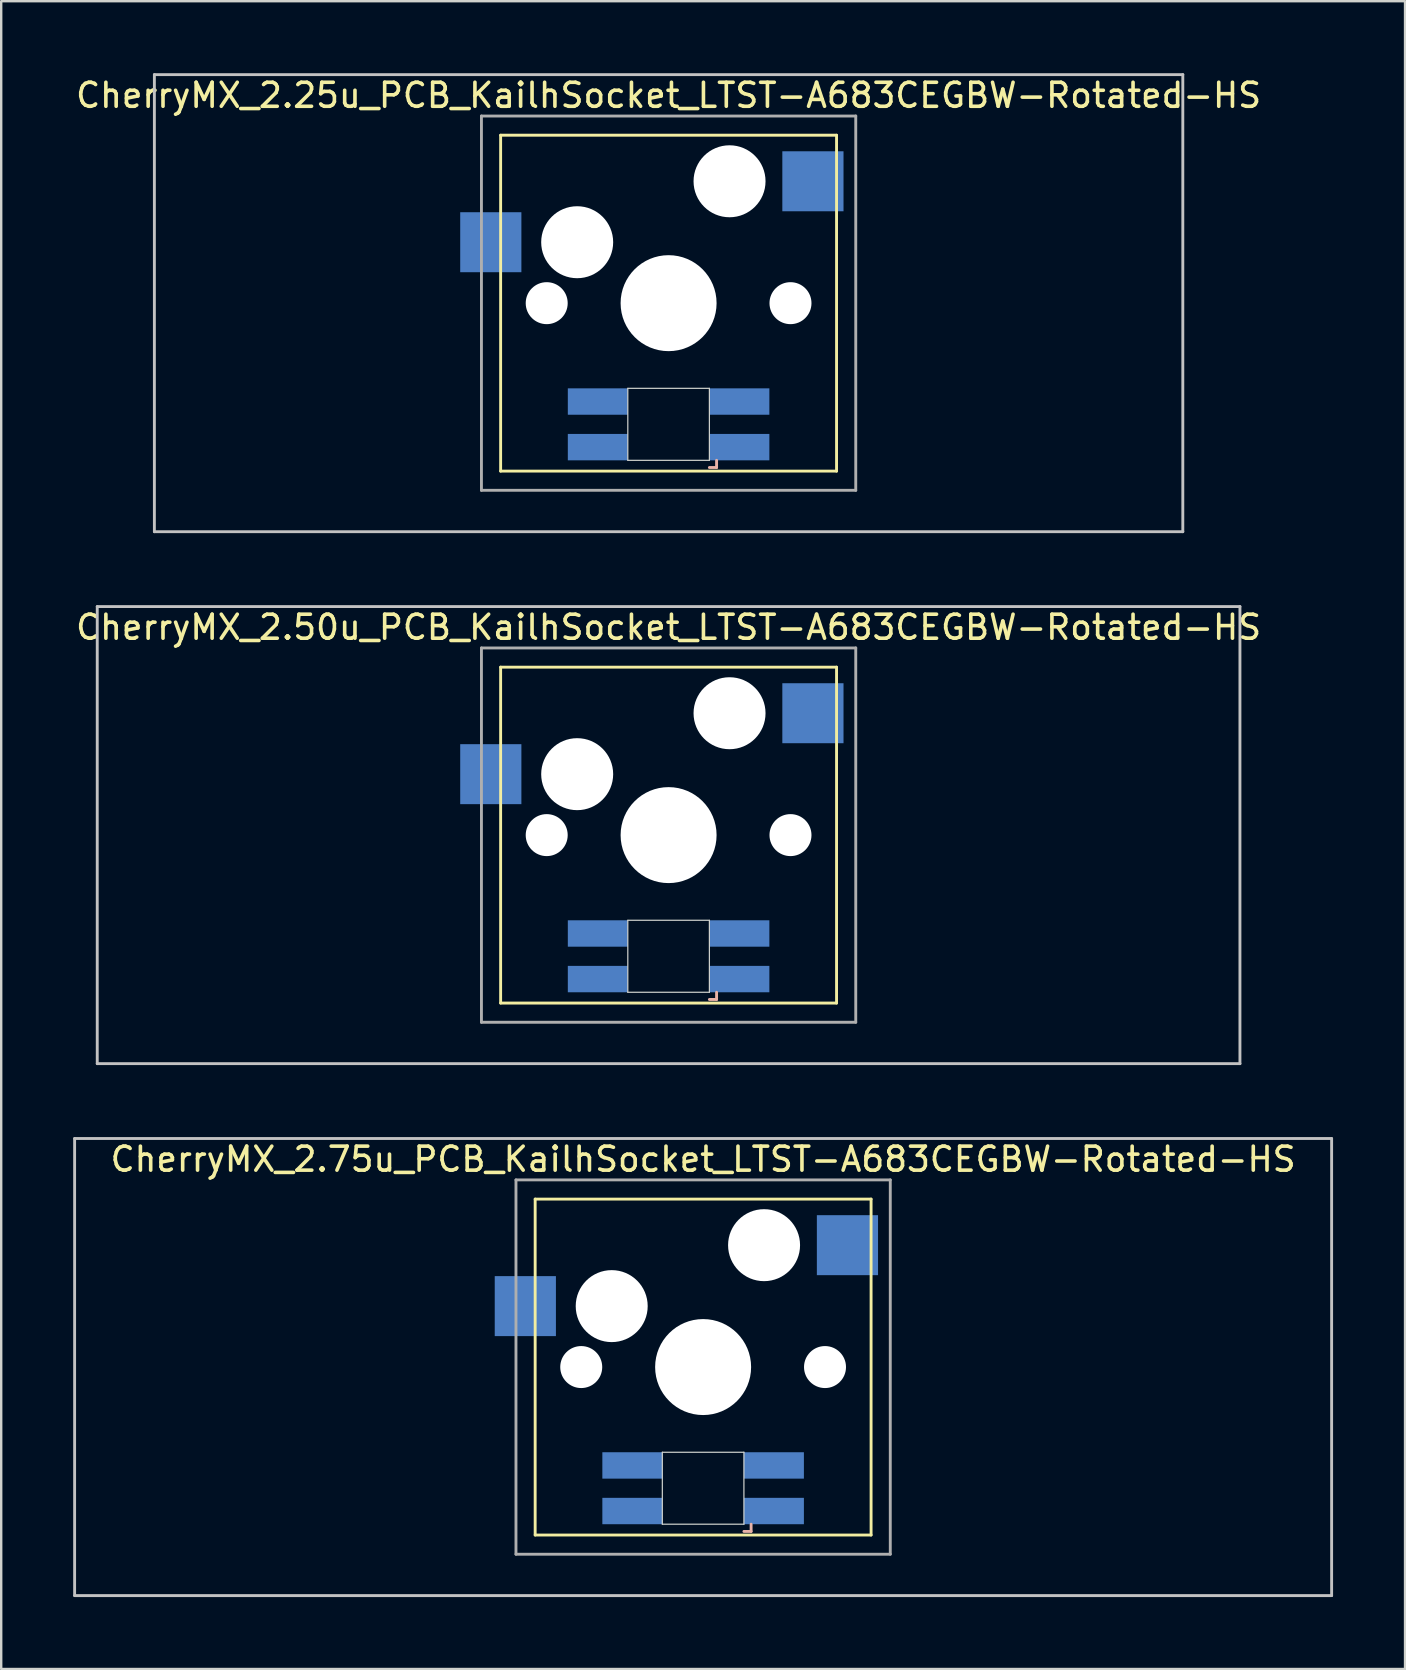
<source format=kicad_pcb>
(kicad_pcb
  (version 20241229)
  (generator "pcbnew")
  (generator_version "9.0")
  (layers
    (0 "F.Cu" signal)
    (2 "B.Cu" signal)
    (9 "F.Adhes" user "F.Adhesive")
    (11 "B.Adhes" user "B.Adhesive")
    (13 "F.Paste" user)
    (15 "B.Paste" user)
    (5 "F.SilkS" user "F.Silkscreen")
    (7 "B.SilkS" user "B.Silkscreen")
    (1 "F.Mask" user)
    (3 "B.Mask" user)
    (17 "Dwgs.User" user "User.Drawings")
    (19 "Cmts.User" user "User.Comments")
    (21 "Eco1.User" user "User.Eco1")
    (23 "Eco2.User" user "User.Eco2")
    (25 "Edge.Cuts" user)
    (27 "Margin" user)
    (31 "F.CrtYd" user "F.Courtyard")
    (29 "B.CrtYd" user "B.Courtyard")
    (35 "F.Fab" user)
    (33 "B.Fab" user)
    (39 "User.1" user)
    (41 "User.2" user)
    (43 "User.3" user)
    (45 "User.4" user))
  (footprint "CherryMX_2.75u_PCB_KailhSocket_LTST-A683CEGBW-Rotated-HS"
    (layer "F.Cu")
    (at 26.254 53.925)
    (property "Reference" "CherryMX_2.75u_PCB_KailhSocket_LTST-A683CEGBW-Rotated-HS" (at 0 -8.662 0) (layer "F.SilkS") (effects (font (size 1 1) (thickness 0.15))))
    (attr through_hole)
    (fp_line (start -7 -7) (end -7 7) (stroke (width 0.12) (type solid)) (layer "F.SilkS"))
    (fp_line (start -7 -7) (end 7 -7) (stroke (width 0.12) (type solid)) (layer "F.SilkS"))
    (fp_line (start 7 -7) (end 7 7) (stroke (width 0.12) (type solid)) (layer "F.SilkS"))
    (fp_line (start 7 7) (end -7 7) (stroke (width 0.12) (type solid)) (layer "F.SilkS"))
    (fp_line (start 1.7 6.85) (end 2 6.85) (stroke (width 0.12) (type solid)) (layer "B.SilkS"))
    (fp_line (start 2 6.85) (end 2 6.55) (stroke (width 0.12) (type solid)) (layer "B.SilkS"))
    (fp_line (start -26.194 -9.525) (end 26.194 -9.525) (stroke (width 0.12) (type solid)) (layer "Dwgs.User"))
    (fp_line (start -26.194 9.525) (end -26.194 -9.525) (stroke (width 0.12) (type solid)) (layer "Dwgs.User"))
    (fp_line (start 26.194 -9.525) (end 26.194 9.525) (stroke (width 0.12) (type solid)) (layer "Dwgs.User"))
    (fp_line (start 26.194 9.525) (end -26.194 9.525) (stroke (width 0.12) (type solid)) (layer "Dwgs.User"))
    (fp_line (start -1.7 3.55) (end 1.7 3.55) (stroke (width 0.05) (type solid)) (layer "Edge.Cuts"))
    (fp_line (start -1.7 6.55) (end -1.7 3.55) (stroke (width 0.05) (type solid)) (layer "Edge.Cuts"))
    (fp_line (start 1.7 3.55) (end 1.7 6.55) (stroke (width 0.05) (type solid)) (layer "Edge.Cuts"))
    (fp_line (start 1.7 6.55) (end -1.7 6.55) (stroke (width 0.05) (type solid)) (layer "Edge.Cuts"))
    (fp_line (start -7.8 -7.8) (end -7.8 7.8) (stroke (width 0.12) (type solid)) (layer "F.Fab"))
    (fp_line (start -7.8 -7.8) (end 7.8 -7.8) (stroke (width 0.12) (type solid)) (layer "F.Fab"))
    (fp_line (start -7.8 7.8) (end 7.8 7.8) (stroke (width 0.12) (type solid)) (layer "F.Fab"))
    (fp_line (start 7.8 -7.8) (end 7.8 7.8) (stroke (width 0.12) (type solid)) (layer "F.Fab"))
    (pad "" np_thru_hole circle (at -5.08 0) (size 1.75 1.75) (drill 1.75) (layers "*.Cu" "*.Mask"))
    (pad "" np_thru_hole circle (at -3.81 -2.54) (size 3 3) (drill 3) (layers "*.Cu" "*.Mask"))
    (pad "" np_thru_hole circle (at 0 0) (size 4 4) (drill 4) (layers "*.Cu" "*.Mask"))
    (pad "" np_thru_hole circle (at 2.54 -5.08) (size 3 3) (drill 3) (layers "*.Cu" "*.Mask"))
    (pad "" np_thru_hole circle (at 5.08 0) (size 1.75 1.75) (drill 1.75) (layers "*.Cu" "*.Mask"))
    (pad "1" smd rect (at -7.41 -2.54) (size 2.55 2.5) (layers "B.Cu" "B.Mask" "B.Paste"))
    (pad "2" smd rect (at 6.015 -5.08) (size 2.55 2.5) (layers "B.Cu" "B.Mask" "B.Paste"))
    (pad "3" smd rect (at 2.95 6) (size 2.5 1.1) (layers "B.Cu" "B.Mask" "B.Paste"))
    (pad "4" smd rect (at 2.95 4.1) (size 2.5 1.1) (layers "B.Cu" "B.Mask" "B.Paste"))
    (pad "5" smd rect (at -2.95 6) (size 2.5 1.1) (layers "B.Cu" "B.Mask" "B.Paste"))
    (pad "6" smd rect (at -2.95 4.1) (size 2.5 1.1) (layers "B.Cu" "B.Mask" "B.Paste")))
  (footprint "CherryMX_2.25u_PCB_KailhSocket_LTST-A683CEGBW-Rotated-HS"
    (layer "F.Cu")
    (at 24.815 9.585)
    (property "Reference" "CherryMX_2.25u_PCB_KailhSocket_LTST-A683CEGBW-Rotated-HS" (at 0 -8.662 0) (layer "F.SilkS") (effects (font (size 1 1) (thickness 0.15))))
    (attr through_hole)
    (fp_line (start -7 -7) (end -7 7) (stroke (width 0.12) (type solid)) (layer "F.SilkS"))
    (fp_line (start -7 -7) (end 7 -7) (stroke (width 0.12) (type solid)) (layer "F.SilkS"))
    (fp_line (start 7 -7) (end 7 7) (stroke (width 0.12) (type solid)) (layer "F.SilkS"))
    (fp_line (start 7 7) (end -7 7) (stroke (width 0.12) (type solid)) (layer "F.SilkS"))
    (fp_line (start 1.7 6.85) (end 2 6.85) (stroke (width 0.12) (type solid)) (layer "B.SilkS"))
    (fp_line (start 2 6.85) (end 2 6.55) (stroke (width 0.12) (type solid)) (layer "B.SilkS"))
    (fp_line (start -21.431 -9.525) (end 21.431 -9.525) (stroke (width 0.12) (type solid)) (layer "Dwgs.User"))
    (fp_line (start -21.431 9.525) (end -21.431 -9.525) (stroke (width 0.12) (type solid)) (layer "Dwgs.User"))
    (fp_line (start 21.431 -9.525) (end 21.431 9.525) (stroke (width 0.12) (type solid)) (layer "Dwgs.User"))
    (fp_line (start 21.431 9.525) (end -21.431 9.525) (stroke (width 0.12) (type solid)) (layer "Dwgs.User"))
    (fp_line (start -1.7 3.55) (end 1.7 3.55) (stroke (width 0.05) (type solid)) (layer "Edge.Cuts"))
    (fp_line (start -1.7 6.55) (end -1.7 3.55) (stroke (width 0.05) (type solid)) (layer "Edge.Cuts"))
    (fp_line (start 1.7 3.55) (end 1.7 6.55) (stroke (width 0.05) (type solid)) (layer "Edge.Cuts"))
    (fp_line (start 1.7 6.55) (end -1.7 6.55) (stroke (width 0.05) (type solid)) (layer "Edge.Cuts"))
    (fp_line (start -7.8 -7.8) (end -7.8 7.8) (stroke (width 0.12) (type solid)) (layer "F.Fab"))
    (fp_line (start -7.8 -7.8) (end 7.8 -7.8) (stroke (width 0.12) (type solid)) (layer "F.Fab"))
    (fp_line (start -7.8 7.8) (end 7.8 7.8) (stroke (width 0.12) (type solid)) (layer "F.Fab"))
    (fp_line (start 7.8 -7.8) (end 7.8 7.8) (stroke (width 0.12) (type solid)) (layer "F.Fab"))
    (pad "" np_thru_hole circle (at -5.08 0) (size 1.75 1.75) (drill 1.75) (layers "*.Cu" "*.Mask"))
    (pad "" np_thru_hole circle (at -3.81 -2.54) (size 3 3) (drill 3) (layers "*.Cu" "*.Mask"))
    (pad "" np_thru_hole circle (at 0 0) (size 4 4) (drill 4) (layers "*.Cu" "*.Mask"))
    (pad "" np_thru_hole circle (at 2.54 -5.08) (size 3 3) (drill 3) (layers "*.Cu" "*.Mask"))
    (pad "" np_thru_hole circle (at 5.08 0) (size 1.75 1.75) (drill 1.75) (layers "*.Cu" "*.Mask"))
    (pad "1" smd rect (at -7.41 -2.54) (size 2.55 2.5) (layers "B.Cu" "B.Mask" "B.Paste"))
    (pad "2" smd rect (at 6.015 -5.08) (size 2.55 2.5) (layers "B.Cu" "B.Mask" "B.Paste"))
    (pad "3" smd rect (at 2.95 6) (size 2.5 1.1) (layers "B.Cu" "B.Mask" "B.Paste"))
    (pad "4" smd rect (at 2.95 4.1) (size 2.5 1.1) (layers "B.Cu" "B.Mask" "B.Paste"))
    (pad "5" smd rect (at -2.95 6) (size 2.5 1.1) (layers "B.Cu" "B.Mask" "B.Paste"))
    (pad "6" smd rect (at -2.95 4.1) (size 2.5 1.1) (layers "B.Cu" "B.Mask" "B.Paste")))
  (footprint "CherryMX_2.50u_PCB_KailhSocket_LTST-A683CEGBW-Rotated-HS"
    (layer "F.Cu")
    (at 24.815 31.755)
    (property "Reference" "CherryMX_2.50u_PCB_KailhSocket_LTST-A683CEGBW-Rotated-HS" (at 0 -8.662 0) (layer "F.SilkS") (effects (font (size 1 1) (thickness 0.15))))
    (attr through_hole)
    (fp_line (start -7 -7) (end -7 7) (stroke (width 0.12) (type solid)) (layer "F.SilkS"))
    (fp_line (start -7 -7) (end 7 -7) (stroke (width 0.12) (type solid)) (layer "F.SilkS"))
    (fp_line (start 7 -7) (end 7 7) (stroke (width 0.12) (type solid)) (layer "F.SilkS"))
    (fp_line (start 7 7) (end -7 7) (stroke (width 0.12) (type solid)) (layer "F.SilkS"))
    (fp_line (start 1.7 6.85) (end 2 6.85) (stroke (width 0.12) (type solid)) (layer "B.SilkS"))
    (fp_line (start 2 6.85) (end 2 6.55) (stroke (width 0.12) (type solid)) (layer "B.SilkS"))
    (fp_line (start -23.812 -9.525) (end 23.812 -9.525) (stroke (width 0.12) (type solid)) (layer "Dwgs.User"))
    (fp_line (start -23.812 9.525) (end -23.812 -9.525) (stroke (width 0.12) (type solid)) (layer "Dwgs.User"))
    (fp_line (start 23.812 -9.525) (end 23.812 9.525) (stroke (width 0.12) (type solid)) (layer "Dwgs.User"))
    (fp_line (start 23.812 9.525) (end -23.812 9.525) (stroke (width 0.12) (type solid)) (layer "Dwgs.User"))
    (fp_line (start -1.7 3.55) (end 1.7 3.55) (stroke (width 0.05) (type solid)) (layer "Edge.Cuts"))
    (fp_line (start -1.7 6.55) (end -1.7 3.55) (stroke (width 0.05) (type solid)) (layer "Edge.Cuts"))
    (fp_line (start 1.7 3.55) (end 1.7 6.55) (stroke (width 0.05) (type solid)) (layer "Edge.Cuts"))
    (fp_line (start 1.7 6.55) (end -1.7 6.55) (stroke (width 0.05) (type solid)) (layer "Edge.Cuts"))
    (fp_line (start -7.8 -7.8) (end -7.8 7.8) (stroke (width 0.12) (type solid)) (layer "F.Fab"))
    (fp_line (start -7.8 -7.8) (end 7.8 -7.8) (stroke (width 0.12) (type solid)) (layer "F.Fab"))
    (fp_line (start -7.8 7.8) (end 7.8 7.8) (stroke (width 0.12) (type solid)) (layer "F.Fab"))
    (fp_line (start 7.8 -7.8) (end 7.8 7.8) (stroke (width 0.12) (type solid)) (layer "F.Fab"))
    (pad "" np_thru_hole circle (at -5.08 0) (size 1.75 1.75) (drill 1.75) (layers "*.Cu" "*.Mask"))
    (pad "" np_thru_hole circle (at -3.81 -2.54) (size 3 3) (drill 3) (layers "*.Cu" "*.Mask"))
    (pad "" np_thru_hole circle (at 0 0) (size 4 4) (drill 4) (layers "*.Cu" "*.Mask"))
    (pad "" np_thru_hole circle (at 2.54 -5.08) (size 3 3) (drill 3) (layers "*.Cu" "*.Mask"))
    (pad "" np_thru_hole circle (at 5.08 0) (size 1.75 1.75) (drill 1.75) (layers "*.Cu" "*.Mask"))
    (pad "1" smd rect (at -7.41 -2.54) (size 2.55 2.5) (layers "B.Cu" "B.Mask" "B.Paste"))
    (pad "2" smd rect (at 6.015 -5.08) (size 2.55 2.5) (layers "B.Cu" "B.Mask" "B.Paste"))
    (pad "3" smd rect (at 2.95 6) (size 2.5 1.1) (layers "B.Cu" "B.Mask" "B.Paste"))
    (pad "4" smd rect (at 2.95 4.1) (size 2.5 1.1) (layers "B.Cu" "B.Mask" "B.Paste"))
    (pad "5" smd rect (at -2.95 6) (size 2.5 1.1) (layers "B.Cu" "B.Mask" "B.Paste"))
    (pad "6" smd rect (at -2.95 4.1) (size 2.5 1.1) (layers "B.Cu" "B.Mask" "B.Paste")))
  (gr_rect
    (start -3 -3)
    (end 55.508 66.51)
    (stroke (width 0.1) (type default))
    (fill no)
    (layer "Edge.Cuts")))
</source>
